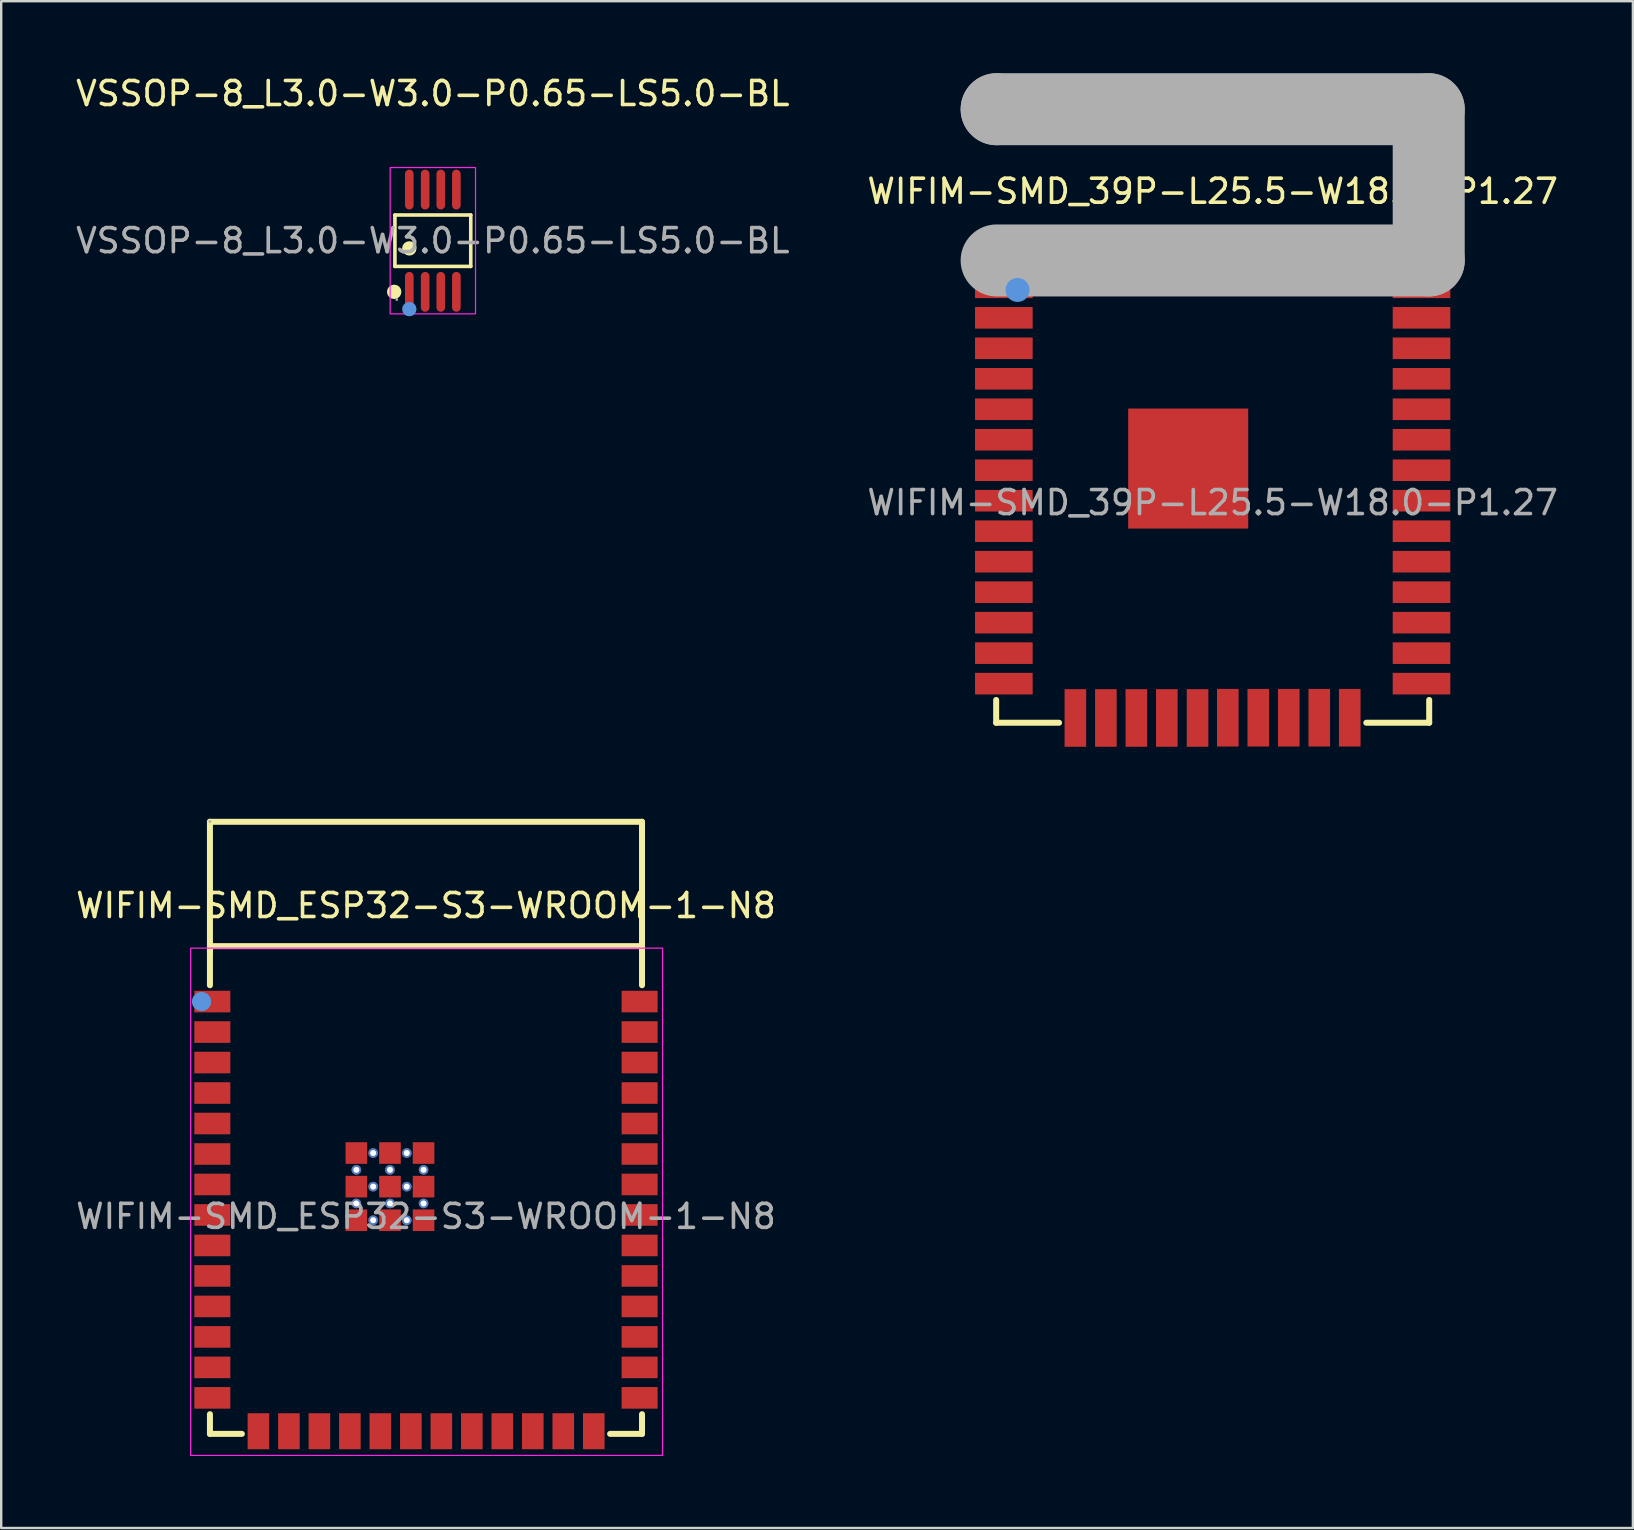
<source format=kicad_pcb>
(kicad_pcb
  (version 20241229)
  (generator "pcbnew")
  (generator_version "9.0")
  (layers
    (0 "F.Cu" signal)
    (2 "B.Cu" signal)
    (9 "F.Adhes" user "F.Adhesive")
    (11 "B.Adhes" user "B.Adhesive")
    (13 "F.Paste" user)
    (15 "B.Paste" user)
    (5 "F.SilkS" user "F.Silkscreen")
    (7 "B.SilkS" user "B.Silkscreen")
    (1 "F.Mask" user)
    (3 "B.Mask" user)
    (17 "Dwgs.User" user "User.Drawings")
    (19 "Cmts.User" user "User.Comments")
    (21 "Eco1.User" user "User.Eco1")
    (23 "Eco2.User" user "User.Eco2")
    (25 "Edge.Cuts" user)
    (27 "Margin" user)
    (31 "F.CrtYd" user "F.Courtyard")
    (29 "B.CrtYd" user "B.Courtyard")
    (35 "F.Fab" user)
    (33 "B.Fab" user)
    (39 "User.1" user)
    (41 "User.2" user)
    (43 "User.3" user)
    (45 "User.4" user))
  (footprint "WIFIM-SMD_ESP32-S3-WROOM-1-N8"
    (layer "F.Cu")
    (at 14.696 47.625)
    (property "Reference" "WIFIM-SMD_ESP32-S3-WROOM-1-N8" (at 0 -12.95 0) (layer "F.SilkS") (effects (font (size 1 1) (thickness 0.15))))
    (attr smd)
    (fp_line (start -9 -16.44) (end 9 -16.44) (stroke (width 0.25) (type solid)) (layer "F.SilkS"))
    (fp_line (start -9 -11.26) (end 9 -11.26) (stroke (width 0.25) (type solid)) (layer "F.SilkS"))
    (fp_line (start -9 -10.99) (end -9 -16.44) (stroke (width 0.25) (type solid)) (layer "F.SilkS"))
    (fp_line (start -9 -9.63) (end -9 -11.04) (stroke (width 0.25) (type solid)) (layer "F.SilkS"))
    (fp_line (start -9 9.06) (end -9 8.24) (stroke (width 0.25) (type solid)) (layer "F.SilkS"))
    (fp_line (start -7.67 9.06) (end -9 9.06) (stroke (width 0.25) (type solid)) (layer "F.SilkS"))
    (fp_line (start 9 -16.44) (end 9 -9.63) (stroke (width 0.25) (type solid)) (layer "F.SilkS"))
    (fp_line (start 9 8.24) (end 9 9.06) (stroke (width 0.25) (type solid)) (layer "F.SilkS"))
    (fp_line (start 9 9.06) (end 7.67 9.06) (stroke (width 0.25) (type solid)) (layer "F.SilkS"))
    (fp_circle (center -9.35 -8.95) (end -9.15 -8.95) (stroke (width 0.4) (type solid)) (fill no) (layer "Cmts.User"))
    (fp_rect (start -9.804 -11.176) (end 9.855 9.957) (stroke (width 0.05) (type default)) (fill no) (layer "F.CrtYd"))
    (fp_circle (center -9 -16.45) (end -8.97 -16.45) (stroke (width 0.06) (type solid)) (fill no) (layer "F.Fab"))
    (fp_text user "${REFERENCE}" (at 0 0 0) (layer "F.Fab") (effects (font (size 1 1) (thickness 0.15))))
    (pad "" thru_hole circle (at -2.9 -1.94) (size 0.4 0.4) (drill 0.25) (layers "*.Cu" "*.Paste" "*.Mask"))
    (pad "" thru_hole circle (at -2.9 -0.54) (size 0.4 0.4) (drill 0.25) (layers "*.Cu" "*.Paste" "*.Mask"))
    (pad "" thru_hole circle (at -2.2 -2.64) (size 0.4 0.4) (drill 0.25) (layers "*.Cu" "*.Paste" "*.Mask"))
    (pad "" thru_hole circle (at -2.2 -1.24) (size 0.4 0.4) (drill 0.25) (layers "*.Cu" "*.Paste" "*.Mask"))
    (pad "" thru_hole circle (at -2.2 0.16) (size 0.4 0.4) (drill 0.25) (layers "*.Cu" "*.Paste" "*.Mask"))
    (pad "" thru_hole circle (at -1.5 -1.94) (size 0.4 0.4) (drill 0.25) (layers "*.Cu" "*.Paste" "*.Mask"))
    (pad "" thru_hole circle (at -1.5 -0.54) (size 0.4 0.4) (drill 0.25) (layers "*.Cu" "*.Paste" "*.Mask"))
    (pad "" thru_hole circle (at -0.8 -2.64) (size 0.4 0.4) (drill 0.25) (layers "*.Cu" "*.Paste" "*.Mask"))
    (pad "" thru_hole circle (at -0.8 -1.24) (size 0.4 0.4) (drill 0.25) (layers "*.Cu" "*.Paste" "*.Mask"))
    (pad "" thru_hole circle (at -0.8 0.16) (size 0.4 0.4) (drill 0.25) (layers "*.Cu" "*.Paste" "*.Mask"))
    (pad "" thru_hole circle (at -0.1 -1.94) (size 0.4 0.4) (drill 0.25) (layers "*.Cu" "*.Paste" "*.Mask"))
    (pad "" thru_hole circle (at -0.1 -0.54) (size 0.4 0.4) (drill 0.25) (layers "*.Cu" "*.Paste" "*.Mask"))
    (pad "1" smd rect (at -8.9 -8.95) (size 1.5 0.9) (layers "F.Cu" "F.Mask" "F.Paste"))
    (pad "2" smd rect (at -8.9 -7.68) (size 1.5 0.9) (layers "F.Cu" "F.Mask" "F.Paste"))
    (pad "3" smd rect (at -8.9 -6.41) (size 1.5 0.9) (layers "F.Cu" "F.Mask" "F.Paste"))
    (pad "4" smd rect (at -8.9 -5.14) (size 1.5 0.9) (layers "F.Cu" "F.Mask" "F.Paste"))
    (pad "5" smd rect (at -8.9 -3.87) (size 1.5 0.9) (layers "F.Cu" "F.Mask" "F.Paste"))
    (pad "6" smd rect (at -8.9 -2.6) (size 1.5 0.9) (layers "F.Cu" "F.Mask" "F.Paste"))
    (pad "7" smd rect (at -8.9 -1.33) (size 1.5 0.9) (layers "F.Cu" "F.Mask" "F.Paste"))
    (pad "8" smd rect (at -8.9 -0.06) (size 1.5 0.9) (layers "F.Cu" "F.Mask" "F.Paste"))
    (pad "9" smd rect (at -8.9 1.21) (size 1.5 0.9) (layers "F.Cu" "F.Mask" "F.Paste"))
    (pad "10" smd rect (at -8.9 2.48) (size 1.5 0.9) (layers "F.Cu" "F.Mask" "F.Paste"))
    (pad "11" smd rect (at -8.9 3.75) (size 1.5 0.9) (layers "F.Cu" "F.Mask" "F.Paste"))
    (pad "12" smd rect (at -8.9 5.02) (size 1.5 0.9) (layers "F.Cu" "F.Mask" "F.Paste"))
    (pad "13" smd rect (at -8.9 6.29) (size 1.5 0.9) (layers "F.Cu" "F.Mask" "F.Paste"))
    (pad "14" smd rect (at -8.9 7.56) (size 1.5 0.9) (layers "F.Cu" "F.Mask" "F.Paste"))
    (pad "15" smd rect (at -6.98 8.95) (size 0.9 1.5) (layers "F.Cu" "F.Mask" "F.Paste"))
    (pad "16" smd rect (at -5.71 8.95) (size 0.9 1.5) (layers "F.Cu" "F.Mask" "F.Paste"))
    (pad "17" smd rect (at -4.44 8.95) (size 0.9 1.5) (layers "F.Cu" "F.Mask" "F.Paste"))
    (pad "18" smd rect (at -3.17 8.95) (size 0.9 1.5) (layers "F.Cu" "F.Mask" "F.Paste"))
    (pad "19" smd rect (at -1.9 8.95) (size 0.9 1.5) (layers "F.Cu" "F.Mask" "F.Paste"))
    (pad "20" smd rect (at -0.63 8.95) (size 0.9 1.5) (layers "F.Cu" "F.Mask" "F.Paste"))
    (pad "21" smd rect (at 0.64 8.95) (size 0.9 1.5) (layers "F.Cu" "F.Mask" "F.Paste"))
    (pad "22" smd rect (at 1.91 8.95) (size 0.9 1.5) (layers "F.Cu" "F.Mask" "F.Paste"))
    (pad "23" smd rect (at 3.18 8.95) (size 0.9 1.5) (layers "F.Cu" "F.Mask" "F.Paste"))
    (pad "24" smd rect (at 4.45 8.95) (size 0.9 1.5) (layers "F.Cu" "F.Mask" "F.Paste"))
    (pad "25" smd rect (at 5.72 8.95) (size 0.9 1.5) (layers "F.Cu" "F.Mask" "F.Paste"))
    (pad "26" smd rect (at 6.99 8.95) (size 0.9 1.5) (layers "F.Cu" "F.Mask" "F.Paste"))
    (pad "27" smd rect (at 8.9 7.56) (size 1.5 0.9) (layers "F.Cu" "F.Mask" "F.Paste"))
    (pad "28" smd rect (at 8.9 6.29) (size 1.5 0.9) (layers "F.Cu" "F.Mask" "F.Paste"))
    (pad "29" smd rect (at 8.9 5.02) (size 1.5 0.9) (layers "F.Cu" "F.Mask" "F.Paste"))
    (pad "30" smd rect (at 8.9 3.75) (size 1.5 0.9) (layers "F.Cu" "F.Mask" "F.Paste"))
    (pad "31" smd rect (at 8.9 2.48) (size 1.5 0.9) (layers "F.Cu" "F.Mask" "F.Paste"))
    (pad "32" smd rect (at 8.9 1.21) (size 1.5 0.9) (layers "F.Cu" "F.Mask" "F.Paste"))
    (pad "33" smd rect (at 8.9 -0.06) (size 1.5 0.9) (layers "F.Cu" "F.Mask" "F.Paste"))
    (pad "34" smd rect (at 8.9 -1.33) (size 1.5 0.9) (layers "F.Cu" "F.Mask" "F.Paste"))
    (pad "35" smd rect (at 8.9 -2.6) (size 1.5 0.9) (layers "F.Cu" "F.Mask" "F.Paste"))
    (pad "36" smd rect (at 8.9 -3.87) (size 1.5 0.9) (layers "F.Cu" "F.Mask" "F.Paste"))
    (pad "37" smd rect (at 8.9 -5.14) (size 1.5 0.9) (layers "F.Cu" "F.Mask" "F.Paste"))
    (pad "38" smd rect (at 8.9 -6.41) (size 1.5 0.9) (layers "F.Cu" "F.Mask" "F.Paste"))
    (pad "39" smd rect (at 8.9 -7.68) (size 1.5 0.9) (layers "F.Cu" "F.Mask" "F.Paste"))
    (pad "40" smd rect (at 8.9 -8.95) (size 1.5 0.9) (layers "F.Cu" "F.Mask" "F.Paste"))
    (pad "41" smd rect (at -2.9 -2.64 90) (size 0.9 0.9) (layers "F.Cu" "F.Mask" "F.Paste"))
    (pad "41" smd rect (at -2.9 -1.24 90) (size 0.9 0.9) (layers "F.Cu" "F.Mask" "F.Paste"))
    (pad "41" smd rect (at -2.9 0.16 90) (size 0.9 0.9) (layers "F.Cu" "F.Mask" "F.Paste"))
    (pad "41" smd rect (at -1.5 -2.64 90) (size 0.9 0.9) (layers "F.Cu" "F.Mask" "F.Paste"))
    (pad "41" smd rect (at -1.5 -1.24 90) (size 0.9 0.9) (layers "F.Cu" "F.Mask" "F.Paste"))
    (pad "41" smd rect (at -1.5 0.16 90) (size 0.9 0.9) (layers "F.Cu" "F.Mask" "F.Paste"))
    (pad "41" smd rect (at -0.1 -2.64 90) (size 0.9 0.9) (layers "F.Cu" "F.Mask" "F.Paste"))
    (pad "41" smd rect (at -0.1 -1.24 90) (size 0.9 0.9) (layers "F.Cu" "F.Mask" "F.Paste"))
    (pad "41" smd rect (at -0.1 0.16 90) (size 0.9 0.9) (layers "F.Cu" "F.Mask" "F.Paste")))
  (footprint "WIFIM-SMD_39P-L25.5-W18.0-P1.27"
    (layer "F.Cu")
    (at 47.47 17.89)
    (property "Reference" "WIFIM-SMD_39P-L25.5-W18.0-P1.27" (at 0 -12.97 0) (layer "F.SilkS") (effects (font (size 1 1) (thickness 0.15))))
    (attr smd)
    (fp_line (start -9.02 -10.11) (end -9.02 -9.65) (stroke (width 0.25) (type solid)) (layer "F.SilkS"))
    (fp_line (start -9.02 8.22) (end -9.02 9.17) (stroke (width 0.25) (type solid)) (layer "F.SilkS"))
    (fp_line (start -9.02 9.17) (end -6.4 9.17) (stroke (width 0.25) (type solid)) (layer "F.SilkS"))
    (fp_line (start 6.4 9.17) (end 9.02 9.17) (stroke (width 0.25) (type solid)) (layer "F.SilkS"))
    (fp_line (start 9.02 -10.11) (end -9.02 -10.11) (stroke (width 0.25) (type solid)) (layer "F.SilkS"))
    (fp_line (start 9.02 -9.65) (end 9.02 -10.11) (stroke (width 0.25) (type solid)) (layer "F.SilkS"))
    (fp_line (start 9.02 9.17) (end 9.02 8.22) (stroke (width 0.25) (type solid)) (layer "F.SilkS"))
    (fp_circle (center -8.13 -8.86) (end -7.88 -8.86) (stroke (width 0.5) (type solid)) (fill no) (layer "Cmts.User"))
    (fp_line (start -9 -16.39) (end -9 -16.39) (stroke (width 3) (type solid)) (layer "F.Fab"))
    (fp_line (start -9 -16.39) (end 9 -16.39) (stroke (width 3) (type solid)) (layer "F.Fab"))
    (fp_line (start 9 -16.39) (end 9 -10.09) (stroke (width 3) (type solid)) (layer "F.Fab"))
    (fp_line (start 9 -10.09) (end -9 -10.09) (stroke (width 3) (type solid)) (layer "F.Fab"))
    (fp_circle (center -9 -16.39) (end -8.97 -16.39) (stroke (width 0.06) (type solid)) (fill no) (layer "F.Fab"))
    (fp_text user "${REFERENCE}" (at 0 0 0) (layer "F.Fab") (effects (font (size 1 1) (thickness 0.15))))
    (pad "1" smd rect (at -8.7 -8.97) (size 2.4 0.9) (layers "F.Cu" "F.Mask" "F.Paste"))
    (pad "2" smd rect (at -8.7 -7.7) (size 2.4 0.9) (layers "F.Cu" "F.Mask" "F.Paste"))
    (pad "3" smd rect (at -8.7 -6.43) (size 2.4 0.9) (layers "F.Cu" "F.Mask" "F.Paste"))
    (pad "4" smd rect (at -8.7 -5.16) (size 2.4 0.9) (layers "F.Cu" "F.Mask" "F.Paste"))
    (pad "5" smd rect (at -8.7 -3.89) (size 2.4 0.9) (layers "F.Cu" "F.Mask" "F.Paste"))
    (pad "6" smd rect (at -8.7 -2.62) (size 2.4 0.9) (layers "F.Cu" "F.Mask" "F.Paste"))
    (pad "7" smd rect (at -8.7 -1.35) (size 2.4 0.9) (layers "F.Cu" "F.Mask" "F.Paste"))
    (pad "8" smd rect (at -8.7 -0.08) (size 2.4 0.9) (layers "F.Cu" "F.Mask" "F.Paste"))
    (pad "9" smd rect (at -8.7 1.19) (size 2.4 0.9) (layers "F.Cu" "F.Mask" "F.Paste"))
    (pad "10" smd rect (at -8.7 2.46) (size 2.4 0.9) (layers "F.Cu" "F.Mask" "F.Paste"))
    (pad "11" smd rect (at -8.7 3.73) (size 2.4 0.9) (layers "F.Cu" "F.Mask" "F.Paste"))
    (pad "12" smd rect (at -8.7 5) (size 2.4 0.9) (layers "F.Cu" "F.Mask" "F.Paste"))
    (pad "13" smd rect (at -8.7 6.27) (size 2.4 0.9) (layers "F.Cu" "F.Mask" "F.Paste"))
    (pad "14" smd rect (at -8.7 7.54) (size 2.4 0.9) (layers "F.Cu" "F.Mask" "F.Paste"))
    (pad "15" smd rect (at -5.72 8.97 270) (size 2.4 0.9) (layers "F.Cu" "F.Mask" "F.Paste"))
    (pad "16" smd rect (at -4.45 8.97 270) (size 2.4 0.9) (layers "F.Cu" "F.Mask" "F.Paste"))
    (pad "17" smd rect (at -3.18 8.97 270) (size 2.4 0.9) (layers "F.Cu" "F.Mask" "F.Paste"))
    (pad "18" smd rect (at -1.91 8.97 270) (size 2.4 0.9) (layers "F.Cu" "F.Mask" "F.Paste"))
    (pad "19" smd rect (at -0.63 8.97 270) (size 2.4 0.9) (layers "F.Cu" "F.Mask" "F.Paste"))
    (pad "20" smd rect (at 0.63 8.96 270) (size 2.4 0.9) (layers "F.Cu" "F.Mask" "F.Paste"))
    (pad "21" smd rect (at 1.9 8.96 270) (size 2.4 0.9) (layers "F.Cu" "F.Mask" "F.Paste"))
    (pad "22" smd rect (at 3.17 8.96 270) (size 2.4 0.9) (layers "F.Cu" "F.Mask" "F.Paste"))
    (pad "23" smd rect (at 4.44 8.96 270) (size 2.4 0.9) (layers "F.Cu" "F.Mask" "F.Paste"))
    (pad "24" smd rect (at 5.71 8.96 270) (size 2.4 0.9) (layers "F.Cu" "F.Mask" "F.Paste"))
    (pad "25" smd rect (at 8.7 7.54) (size 2.4 0.9) (layers "F.Cu" "F.Mask" "F.Paste"))
    (pad "26" smd rect (at 8.7 6.27) (size 2.4 0.9) (layers "F.Cu" "F.Mask" "F.Paste"))
    (pad "27" smd rect (at 8.7 5) (size 2.4 0.9) (layers "F.Cu" "F.Mask" "F.Paste"))
    (pad "28" smd rect (at 8.7 3.73) (size 2.4 0.9) (layers "F.Cu" "F.Mask" "F.Paste"))
    (pad "29" smd rect (at 8.7 2.46) (size 2.4 0.9) (layers "F.Cu" "F.Mask" "F.Paste"))
    (pad "30" smd rect (at 8.7 1.19) (size 2.4 0.9) (layers "F.Cu" "F.Mask" "F.Paste"))
    (pad "31" smd rect (at 8.7 -0.08) (size 2.4 0.9) (layers "F.Cu" "F.Mask" "F.Paste"))
    (pad "32" smd rect (at 8.7 -1.35) (size 2.4 0.9) (layers "F.Cu" "F.Mask" "F.Paste"))
    (pad "33" smd rect (at 8.7 -2.62) (size 2.4 0.9) (layers "F.Cu" "F.Mask" "F.Paste"))
    (pad "34" smd rect (at 8.7 -3.89) (size 2.4 0.9) (layers "F.Cu" "F.Mask" "F.Paste"))
    (pad "35" smd rect (at 8.7 -5.16) (size 2.4 0.9) (layers "F.Cu" "F.Mask" "F.Paste"))
    (pad "36" smd rect (at 8.7 -6.43) (size 2.4 0.9) (layers "F.Cu" "F.Mask" "F.Paste"))
    (pad "37" smd rect (at 8.7 -7.7) (size 2.4 0.9) (layers "F.Cu" "F.Mask" "F.Paste"))
    (pad "38" smd rect (at 8.7 -8.97) (size 2.4 0.9) (layers "F.Cu" "F.Mask" "F.Paste"))
    (pad "39" smd rect (at -1.02 -1.42) (size 5 5) (layers "F.Cu" "F.Mask" "F.Paste")))
  (footprint "VSSOP-8_L3.0-W3.0-P0.65-LS5.0-BL"
    (layer "F.Cu")
    (at 14.982 6.978)
    (property "Reference" "VSSOP-8_L3.0-W3.0-P0.65-LS5.0-BL" (at 0 -6.13 0) (layer "F.SilkS") (effects (font (size 1 1) (thickness 0.15))))
    (attr smd)
    (fp_line (start -1.58 -1.07) (end 1.58 -1.07) (stroke (width 0.15) (type solid)) (layer "F.SilkS"))
    (fp_line (start -1.58 1.07) (end -1.58 -1.07) (stroke (width 0.15) (type solid)) (layer "F.SilkS"))
    (fp_line (start 1.58 -1.07) (end 1.58 1.07) (stroke (width 0.15) (type solid)) (layer "F.SilkS"))
    (fp_line (start 1.58 1.07) (end -1.58 1.07) (stroke (width 0.15) (type solid)) (layer "F.SilkS"))
    (fp_circle (center -1.61 2.13) (end -1.46 2.13) (stroke (width 0.3) (type solid)) (fill no) (layer "F.SilkS"))
    (fp_circle (center -0.98 0.32) (end -0.83 0.32) (stroke (width 0.3) (type solid)) (fill no) (layer "F.SilkS"))
    (fp_circle (center -0.98 2.85) (end -0.83 2.85) (stroke (width 0.3) (type solid)) (fill no) (layer "Cmts.User"))
    (fp_rect (start -1.778 -3.048) (end 1.778 3.048) (stroke (width 0.05) (type default)) (fill no) (layer "F.CrtYd"))
    (fp_circle (center -1.5 2.45) (end -1.47 2.45) (stroke (width 0.06) (type solid)) (fill no) (layer "F.Fab"))
    (fp_text user "${REFERENCE}" (at 0 0 0) (layer "F.Fab") (effects (font (size 1 1) (thickness 0.15))))
    (pad "1" smd oval (at -0.98 2.13) (size 0.36 1.66) (layers "F.Cu" "F.Mask" "F.Paste"))
    (pad "2" smd oval (at -0.32 2.13) (size 0.36 1.66) (layers "F.Cu" "F.Mask" "F.Paste"))
    (pad "3" smd oval (at 0.33 2.13) (size 0.36 1.66) (layers "F.Cu" "F.Mask" "F.Paste"))
    (pad "4" smd oval (at 0.98 2.13) (size 0.36 1.66) (layers "F.Cu" "F.Mask" "F.Paste"))
    (pad "5" smd oval (at 0.98 -2.13) (size 0.36 1.66) (layers "F.Cu" "F.Mask" "F.Paste"))
    (pad "6" smd oval (at 0.33 -2.13) (size 0.36 1.66) (layers "F.Cu" "F.Mask" "F.Paste"))
    (pad "7" smd oval (at -0.32 -2.13) (size 0.36 1.66) (layers "F.Cu" "F.Mask" "F.Paste"))
    (pad "8" smd oval (at -0.98 -2.13) (size 0.36 1.66) (layers "F.Cu" "F.Mask" "F.Paste")))
  (gr_rect
    (start -3 -3)
    (end 64.976 60.607)
    (stroke (width 0.1) (type default))
    (fill no)
    (layer "Edge.Cuts")))
</source>
